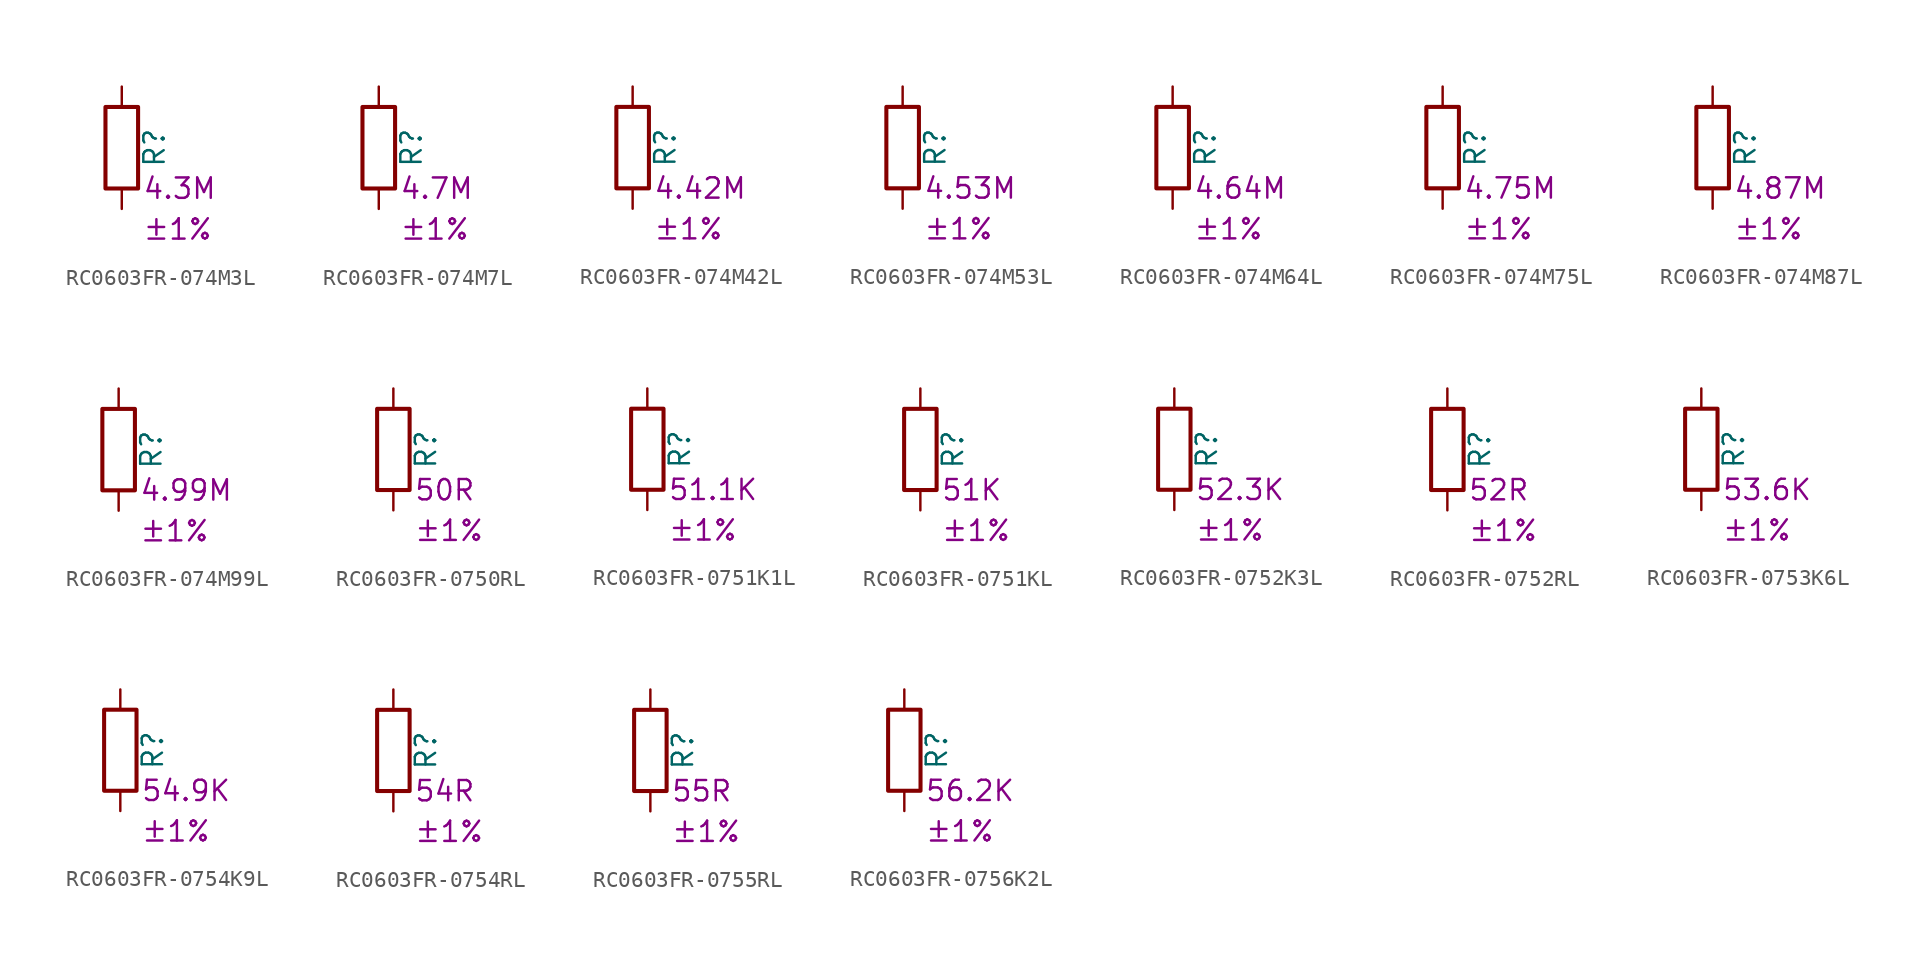
<source format=kicad_sym>
(kicad_symbol_lib
  (version 20220914)
  (generator kicad_symbol_editor)
  (symbol "RC0603FR-074M3L"
    (pin_numbers hide)
    (pin_names
      (offset 0))
    (property "Reference" "R"
      (at 2.032 0 90)
      (effects (font (size 1.27 1.27))))
    (property "Resistance" "4.3M"
      (at 1.27 -2.54 0)
      (effects (font (size 1.27 1.27)) (justify left)))
    (property "Tolerance" "±1%"
      (at 1.27 -5.08 0)
      (effects (font (size 1.27 1.27)) (justify left)))
    (symbol "RC0603FR-074M3L_0_1"
      (rectangle (start -1.016 -2.54) (end 1.016 2.54) (stroke (width 0.254) (type default)) (fill (type none))))
    (symbol "RC0603FR-074M3L_1_1"
      (pin passive line (at 0 3.81 270) (length 1.27) (name "~" (effects (font (size 1.27 1.27)))) (number "1" (effects (font (size 1.27 1.27)))))
      (pin passive line (at 0 -3.81 90) (length 1.27) (name "~" (effects (font (size 1.27 1.27)))) (number "2" (effects (font (size 1.27 1.27)))))))
  (symbol "RC0603FR-074M7L"
    (pin_numbers hide)
    (pin_names
      (offset 0))
    (property "Reference" "R"
      (at 2.032 0 90)
      (effects (font (size 1.27 1.27))))
    (property "Resistance" "4.7M"
      (at 1.27 -2.54 0)
      (effects (font (size 1.27 1.27)) (justify left)))
    (property "Tolerance" "±1%"
      (at 1.27 -5.08 0)
      (effects (font (size 1.27 1.27)) (justify left)))
    (symbol "RC0603FR-074M7L_0_1"
      (rectangle (start -1.016 -2.54) (end 1.016 2.54) (stroke (width 0.254) (type default)) (fill (type none))))
    (symbol "RC0603FR-074M7L_1_1"
      (pin passive line (at 0 3.81 270) (length 1.27) (name "~" (effects (font (size 1.27 1.27)))) (number "1" (effects (font (size 1.27 1.27)))))
      (pin passive line (at 0 -3.81 90) (length 1.27) (name "~" (effects (font (size 1.27 1.27)))) (number "2" (effects (font (size 1.27 1.27)))))))
  (symbol "RC0603FR-074M42L"
    (pin_numbers hide)
    (pin_names
      (offset 0))
    (property "Reference" "R"
      (at 2.032 0 90)
      (effects (font (size 1.27 1.27))))
    (property "Resistance" "4.42M"
      (at 1.27 -2.54 0)
      (effects (font (size 1.27 1.27)) (justify left)))
    (property "Tolerance" "±1%"
      (at 1.27 -5.08 0)
      (effects (font (size 1.27 1.27)) (justify left)))
    (symbol "RC0603FR-074M42L_0_1"
      (rectangle (start -1.016 -2.54) (end 1.016 2.54) (stroke (width 0.254) (type default)) (fill (type none))))
    (symbol "RC0603FR-074M42L_1_1"
      (pin passive line (at 0 3.81 270) (length 1.27) (name "~" (effects (font (size 1.27 1.27)))) (number "1" (effects (font (size 1.27 1.27)))))
      (pin passive line (at 0 -3.81 90) (length 1.27) (name "~" (effects (font (size 1.27 1.27)))) (number "2" (effects (font (size 1.27 1.27)))))))
  (symbol "RC0603FR-074M53L"
    (pin_numbers hide)
    (pin_names
      (offset 0))
    (property "Reference" "R"
      (at 2.032 0 90)
      (effects (font (size 1.27 1.27))))
    (property "Resistance" "4.53M"
      (at 1.27 -2.54 0)
      (effects (font (size 1.27 1.27)) (justify left)))
    (property "Tolerance" "±1%"
      (at 1.27 -5.08 0)
      (effects (font (size 1.27 1.27)) (justify left)))
    (symbol "RC0603FR-074M53L_0_1"
      (rectangle (start -1.016 -2.54) (end 1.016 2.54) (stroke (width 0.254) (type default)) (fill (type none))))
    (symbol "RC0603FR-074M53L_1_1"
      (pin passive line (at 0 3.81 270) (length 1.27) (name "~" (effects (font (size 1.27 1.27)))) (number "1" (effects (font (size 1.27 1.27)))))
      (pin passive line (at 0 -3.81 90) (length 1.27) (name "~" (effects (font (size 1.27 1.27)))) (number "2" (effects (font (size 1.27 1.27)))))))
  (symbol "RC0603FR-074M64L"
    (pin_numbers hide)
    (pin_names
      (offset 0))
    (property "Reference" "R"
      (at 2.032 0 90)
      (effects (font (size 1.27 1.27))))
    (property "Resistance" "4.64M"
      (at 1.27 -2.54 0)
      (effects (font (size 1.27 1.27)) (justify left)))
    (property "Tolerance" "±1%"
      (at 1.27 -5.08 0)
      (effects (font (size 1.27 1.27)) (justify left)))
    (symbol "RC0603FR-074M64L_0_1"
      (rectangle (start -1.016 -2.54) (end 1.016 2.54) (stroke (width 0.254) (type default)) (fill (type none))))
    (symbol "RC0603FR-074M64L_1_1"
      (pin passive line (at 0 3.81 270) (length 1.27) (name "~" (effects (font (size 1.27 1.27)))) (number "1" (effects (font (size 1.27 1.27)))))
      (pin passive line (at 0 -3.81 90) (length 1.27) (name "~" (effects (font (size 1.27 1.27)))) (number "2" (effects (font (size 1.27 1.27)))))))
  (symbol "RC0603FR-074M75L"
    (pin_numbers hide)
    (pin_names
      (offset 0))
    (property "Reference" "R"
      (at 2.032 0 90)
      (effects (font (size 1.27 1.27))))
    (property "Resistance" "4.75M"
      (at 1.27 -2.54 0)
      (effects (font (size 1.27 1.27)) (justify left)))
    (property "Tolerance" "±1%"
      (at 1.27 -5.08 0)
      (effects (font (size 1.27 1.27)) (justify left)))
    (symbol "RC0603FR-074M75L_0_1"
      (rectangle (start -1.016 -2.54) (end 1.016 2.54) (stroke (width 0.254) (type default)) (fill (type none))))
    (symbol "RC0603FR-074M75L_1_1"
      (pin passive line (at 0 3.81 270) (length 1.27) (name "~" (effects (font (size 1.27 1.27)))) (number "1" (effects (font (size 1.27 1.27)))))
      (pin passive line (at 0 -3.81 90) (length 1.27) (name "~" (effects (font (size 1.27 1.27)))) (number "2" (effects (font (size 1.27 1.27)))))))
  (symbol "RC0603FR-074M87L"
    (pin_numbers hide)
    (pin_names
      (offset 0))
    (property "Reference" "R"
      (at 2.032 0 90)
      (effects (font (size 1.27 1.27))))
    (property "Resistance" "4.87M"
      (at 1.27 -2.54 0)
      (effects (font (size 1.27 1.27)) (justify left)))
    (property "Tolerance" "±1%"
      (at 1.27 -5.08 0)
      (effects (font (size 1.27 1.27)) (justify left)))
    (symbol "RC0603FR-074M87L_0_1"
      (rectangle (start -1.016 -2.54) (end 1.016 2.54) (stroke (width 0.254) (type default)) (fill (type none))))
    (symbol "RC0603FR-074M87L_1_1"
      (pin passive line (at 0 3.81 270) (length 1.27) (name "~" (effects (font (size 1.27 1.27)))) (number "1" (effects (font (size 1.27 1.27)))))
      (pin passive line (at 0 -3.81 90) (length 1.27) (name "~" (effects (font (size 1.27 1.27)))) (number "2" (effects (font (size 1.27 1.27)))))))
  (symbol "RC0603FR-074M99L"
    (pin_numbers hide)
    (pin_names
      (offset 0))
    (property "Reference" "R"
      (at 2.032 0 90)
      (effects (font (size 1.27 1.27))))
    (property "Resistance" "4.99M"
      (at 1.27 -2.54 0)
      (effects (font (size 1.27 1.27)) (justify left)))
    (property "Tolerance" "±1%"
      (at 1.27 -5.08 0)
      (effects (font (size 1.27 1.27)) (justify left)))
    (symbol "RC0603FR-074M99L_0_1"
      (rectangle (start -1.016 -2.54) (end 1.016 2.54) (stroke (width 0.254) (type default)) (fill (type none))))
    (symbol "RC0603FR-074M99L_1_1"
      (pin passive line (at 0 3.81 270) (length 1.27) (name "~" (effects (font (size 1.27 1.27)))) (number "1" (effects (font (size 1.27 1.27)))))
      (pin passive line (at 0 -3.81 90) (length 1.27) (name "~" (effects (font (size 1.27 1.27)))) (number "2" (effects (font (size 1.27 1.27)))))))
  (symbol "RC0603FR-0750RL"
    (pin_numbers hide)
    (pin_names
      (offset 0))
    (property "Reference" "R"
      (at 2.032 0 90)
      (effects (font (size 1.27 1.27))))
    (property "Resistance" "50R"
      (at 1.27 -2.54 0)
      (effects (font (size 1.27 1.27)) (justify left)))
    (property "Tolerance" "±1%"
      (at 1.27 -5.08 0)
      (effects (font (size 1.27 1.27)) (justify left)))
    (symbol "RC0603FR-0750RL_0_1"
      (rectangle (start -1.016 -2.54) (end 1.016 2.54) (stroke (width 0.254) (type default)) (fill (type none))))
    (symbol "RC0603FR-0750RL_1_1"
      (pin passive line (at 0 3.81 270) (length 1.27) (name "~" (effects (font (size 1.27 1.27)))) (number "1" (effects (font (size 1.27 1.27)))))
      (pin passive line (at 0 -3.81 90) (length 1.27) (name "~" (effects (font (size 1.27 1.27)))) (number "2" (effects (font (size 1.27 1.27)))))))
  (symbol "RC0603FR-0751K1L"
    (pin_numbers hide)
    (pin_names
      (offset 0))
    (property "Reference" "R"
      (at 2.032 0 90)
      (effects (font (size 1.27 1.27))))
    (property "Resistance" "51.1K"
      (at 1.27 -2.54 0)
      (effects (font (size 1.27 1.27)) (justify left)))
    (property "Tolerance" "±1%"
      (at 1.27 -5.08 0)
      (effects (font (size 1.27 1.27)) (justify left)))
    (symbol "RC0603FR-0751K1L_0_1"
      (rectangle (start -1.016 -2.54) (end 1.016 2.54) (stroke (width 0.254) (type default)) (fill (type none))))
    (symbol "RC0603FR-0751K1L_1_1"
      (pin passive line (at 0 3.81 270) (length 1.27) (name "~" (effects (font (size 1.27 1.27)))) (number "1" (effects (font (size 1.27 1.27)))))
      (pin passive line (at 0 -3.81 90) (length 1.27) (name "~" (effects (font (size 1.27 1.27)))) (number "2" (effects (font (size 1.27 1.27)))))))
  (symbol "RC0603FR-0751KL"
    (pin_numbers hide)
    (pin_names
      (offset 0))
    (property "Reference" "R"
      (at 2.032 0 90)
      (effects (font (size 1.27 1.27))))
    (property "Resistance" "51K"
      (at 1.27 -2.54 0)
      (effects (font (size 1.27 1.27)) (justify left)))
    (property "Tolerance" "±1%"
      (at 1.27 -5.08 0)
      (effects (font (size 1.27 1.27)) (justify left)))
    (symbol "RC0603FR-0751KL_0_1"
      (rectangle (start -1.016 -2.54) (end 1.016 2.54) (stroke (width 0.254) (type default)) (fill (type none))))
    (symbol "RC0603FR-0751KL_1_1"
      (pin passive line (at 0 3.81 270) (length 1.27) (name "~" (effects (font (size 1.27 1.27)))) (number "1" (effects (font (size 1.27 1.27)))))
      (pin passive line (at 0 -3.81 90) (length 1.27) (name "~" (effects (font (size 1.27 1.27)))) (number "2" (effects (font (size 1.27 1.27)))))))
  (symbol "RC0603FR-0752K3L"
    (pin_numbers hide)
    (pin_names
      (offset 0))
    (property "Reference" "R"
      (at 2.032 0 90)
      (effects (font (size 1.27 1.27))))
    (property "Resistance" "52.3K"
      (at 1.27 -2.54 0)
      (effects (font (size 1.27 1.27)) (justify left)))
    (property "Tolerance" "±1%"
      (at 1.27 -5.08 0)
      (effects (font (size 1.27 1.27)) (justify left)))
    (symbol "RC0603FR-0752K3L_0_1"
      (rectangle (start -1.016 -2.54) (end 1.016 2.54) (stroke (width 0.254) (type default)) (fill (type none))))
    (symbol "RC0603FR-0752K3L_1_1"
      (pin passive line (at 0 3.81 270) (length 1.27) (name "~" (effects (font (size 1.27 1.27)))) (number "1" (effects (font (size 1.27 1.27)))))
      (pin passive line (at 0 -3.81 90) (length 1.27) (name "~" (effects (font (size 1.27 1.27)))) (number "2" (effects (font (size 1.27 1.27)))))))
  (symbol "RC0603FR-0752RL"
    (pin_numbers hide)
    (pin_names
      (offset 0))
    (property "Reference" "R"
      (at 2.032 0 90)
      (effects (font (size 1.27 1.27))))
    (property "Resistance" "52R"
      (at 1.27 -2.54 0)
      (effects (font (size 1.27 1.27)) (justify left)))
    (property "Tolerance" "±1%"
      (at 1.27 -5.08 0)
      (effects (font (size 1.27 1.27)) (justify left)))
    (symbol "RC0603FR-0752RL_0_1"
      (rectangle (start -1.016 -2.54) (end 1.016 2.54) (stroke (width 0.254) (type default)) (fill (type none))))
    (symbol "RC0603FR-0752RL_1_1"
      (pin passive line (at 0 3.81 270) (length 1.27) (name "~" (effects (font (size 1.27 1.27)))) (number "1" (effects (font (size 1.27 1.27)))))
      (pin passive line (at 0 -3.81 90) (length 1.27) (name "~" (effects (font (size 1.27 1.27)))) (number "2" (effects (font (size 1.27 1.27)))))))
  (symbol "RC0603FR-0753K6L"
    (pin_numbers hide)
    (pin_names
      (offset 0))
    (property "Reference" "R"
      (at 2.032 0 90)
      (effects (font (size 1.27 1.27))))
    (property "Resistance" "53.6K"
      (at 1.27 -2.54 0)
      (effects (font (size 1.27 1.27)) (justify left)))
    (property "Tolerance" "±1%"
      (at 1.27 -5.08 0)
      (effects (font (size 1.27 1.27)) (justify left)))
    (symbol "RC0603FR-0753K6L_0_1"
      (rectangle (start -1.016 -2.54) (end 1.016 2.54) (stroke (width 0.254) (type default)) (fill (type none))))
    (symbol "RC0603FR-0753K6L_1_1"
      (pin passive line (at 0 3.81 270) (length 1.27) (name "~" (effects (font (size 1.27 1.27)))) (number "1" (effects (font (size 1.27 1.27)))))
      (pin passive line (at 0 -3.81 90) (length 1.27) (name "~" (effects (font (size 1.27 1.27)))) (number "2" (effects (font (size 1.27 1.27)))))))
  (symbol "RC0603FR-0754K9L"
    (pin_numbers hide)
    (pin_names
      (offset 0))
    (property "Reference" "R"
      (at 2.032 0 90)
      (effects (font (size 1.27 1.27))))
    (property "Resistance" "54.9K"
      (at 1.27 -2.54 0)
      (effects (font (size 1.27 1.27)) (justify left)))
    (property "Tolerance" "±1%"
      (at 1.27 -5.08 0)
      (effects (font (size 1.27 1.27)) (justify left)))
    (symbol "RC0603FR-0754K9L_0_1"
      (rectangle (start -1.016 -2.54) (end 1.016 2.54) (stroke (width 0.254) (type default)) (fill (type none))))
    (symbol "RC0603FR-0754K9L_1_1"
      (pin passive line (at 0 3.81 270) (length 1.27) (name "~" (effects (font (size 1.27 1.27)))) (number "1" (effects (font (size 1.27 1.27)))))
      (pin passive line (at 0 -3.81 90) (length 1.27) (name "~" (effects (font (size 1.27 1.27)))) (number "2" (effects (font (size 1.27 1.27)))))))
  (symbol "RC0603FR-0754RL"
    (pin_numbers hide)
    (pin_names
      (offset 0))
    (property "Reference" "R"
      (at 2.032 0 90)
      (effects (font (size 1.27 1.27))))
    (property "Resistance" "54R"
      (at 1.27 -2.54 0)
      (effects (font (size 1.27 1.27)) (justify left)))
    (property "Tolerance" "±1%"
      (at 1.27 -5.08 0)
      (effects (font (size 1.27 1.27)) (justify left)))
    (symbol "RC0603FR-0754RL_0_1"
      (rectangle (start -1.016 -2.54) (end 1.016 2.54) (stroke (width 0.254) (type default)) (fill (type none))))
    (symbol "RC0603FR-0754RL_1_1"
      (pin passive line (at 0 3.81 270) (length 1.27) (name "~" (effects (font (size 1.27 1.27)))) (number "1" (effects (font (size 1.27 1.27)))))
      (pin passive line (at 0 -3.81 90) (length 1.27) (name "~" (effects (font (size 1.27 1.27)))) (number "2" (effects (font (size 1.27 1.27)))))))
  (symbol "RC0603FR-0755RL"
    (pin_numbers hide)
    (pin_names
      (offset 0))
    (property "Reference" "R"
      (at 2.032 0 90)
      (effects (font (size 1.27 1.27))))
    (property "Resistance" "55R"
      (at 1.27 -2.54 0)
      (effects (font (size 1.27 1.27)) (justify left)))
    (property "Tolerance" "±1%"
      (at 1.27 -5.08 0)
      (effects (font (size 1.27 1.27)) (justify left)))
    (symbol "RC0603FR-0755RL_0_1"
      (rectangle (start -1.016 -2.54) (end 1.016 2.54) (stroke (width 0.254) (type default)) (fill (type none))))
    (symbol "RC0603FR-0755RL_1_1"
      (pin passive line (at 0 3.81 270) (length 1.27) (name "~" (effects (font (size 1.27 1.27)))) (number "1" (effects (font (size 1.27 1.27)))))
      (pin passive line (at 0 -3.81 90) (length 1.27) (name "~" (effects (font (size 1.27 1.27)))) (number "2" (effects (font (size 1.27 1.27)))))))
  (symbol "RC0603FR-0756K2L"
    (pin_numbers hide)
    (pin_names
      (offset 0))
    (property "Reference" "R"
      (at 2.032 0 90)
      (effects (font (size 1.27 1.27))))
    (property "Resistance" "56.2K"
      (at 1.27 -2.54 0)
      (effects (font (size 1.27 1.27)) (justify left)))
    (property "Tolerance" "±1%"
      (at 1.27 -5.08 0)
      (effects (font (size 1.27 1.27)) (justify left)))
    (symbol "RC0603FR-0756K2L_0_1"
      (rectangle (start -1.016 -2.54) (end 1.016 2.54) (stroke (width 0.254) (type default)) (fill (type none))))
    (symbol "RC0603FR-0756K2L_1_1"
      (pin passive line (at 0 3.81 270) (length 1.27) (name "~" (effects (font (size 1.27 1.27)))) (number "1" (effects (font (size 1.27 1.27)))))
      (pin passive line (at 0 -3.81 90) (length 1.27) (name "~" (effects (font (size 1.27 1.27)))) (number "2" (effects (font (size 1.27 1.27))))))))
</source>
